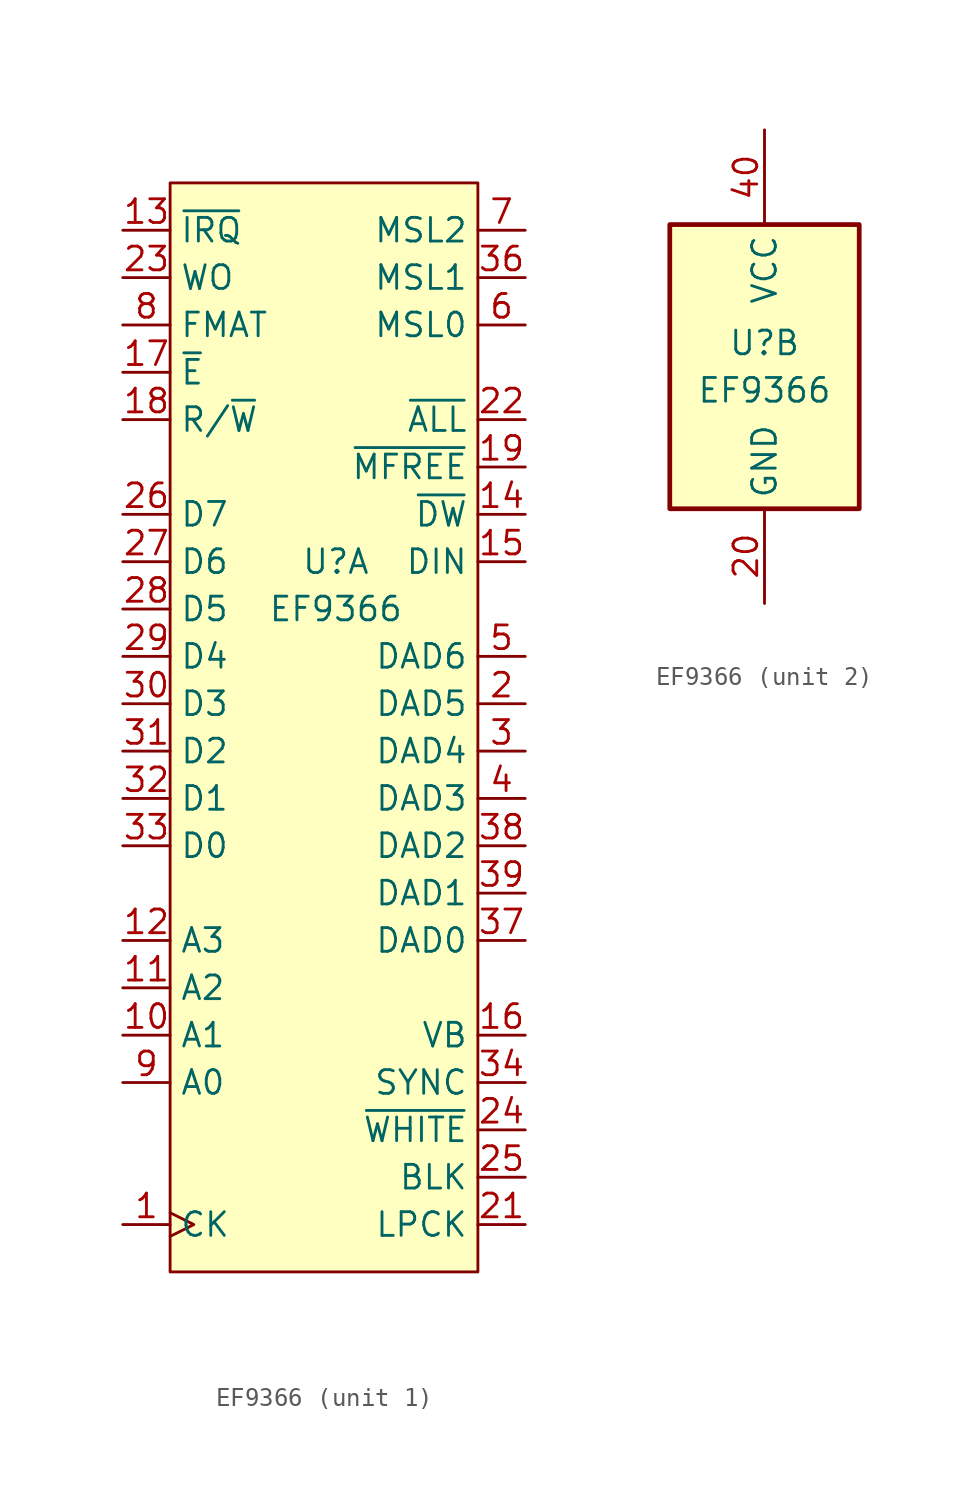
<source format=kicad_sym>
(kicad_symbol_lib
  (version 20220914)
  (generator kicad_symbol_editor)
  (symbol "EF9366"
    (property "Reference" "U"
      (at 0 1.27 0)
      (effects (font (size 1.27 1.27))))
    (property "Value" "EF9366"
      (at 0 -1.27 0)
      (effects (font (size 1.27 1.27))))
    (property "ki_locked" ""
      (at 0 0 0)
      (effects (font (size 1.27 1.27))))
    (symbol "EF9366_1_1"
      (rectangle (start -8.89 21.59) (end 7.62 -36.83) (stroke (width 0) (type default)) (fill (type background)))
      (pin input clock (at -11.43 -34.29 0) (length 2.54) (name "CK" (effects (font (size 1.27 1.27)))) (number "1" (effects (font (size 1.27 1.27)))))
      (pin input line (at -11.43 -24.13 0) (length 2.54) (name "A1" (effects (font (size 1.27 1.27)))) (number "10" (effects (font (size 1.27 1.27)))))
      (pin input line (at -11.43 -21.59 0) (length 2.54) (name "A2" (effects (font (size 1.27 1.27)))) (number "11" (effects (font (size 1.27 1.27)))))
      (pin input line (at -11.43 -19.05 0) (length 2.54) (name "A3" (effects (font (size 1.27 1.27)))) (number "12" (effects (font (size 1.27 1.27)))))
      (pin output line (at -11.43 19.05 0) (length 2.54) (name "~{IRQ}" (effects (font (size 1.27 1.27)))) (number "13" (effects (font (size 1.27 1.27)))))
      (pin output line (at 10.16 3.81 180) (length 2.54) (name "~{DW}" (effects (font (size 1.27 1.27)))) (number "14" (effects (font (size 1.27 1.27)))))
      (pin output line (at 10.16 1.27 180) (length 2.54) (name "DIN" (effects (font (size 1.27 1.27)))) (number "15" (effects (font (size 1.27 1.27)))))
      (pin output line (at 10.16 -24.13 180) (length 2.54) (name "VB" (effects (font (size 1.27 1.27)))) (number "16" (effects (font (size 1.27 1.27)))))
      (pin input line (at -11.43 11.43 0) (length 2.54) (name "~{E}" (effects (font (size 1.27 1.27)))) (number "17" (effects (font (size 1.27 1.27)))))
      (pin input line (at -11.43 8.89 0) (length 2.54) (name "R/~{W}" (effects (font (size 1.27 1.27)))) (number "18" (effects (font (size 1.27 1.27)))))
      (pin output line (at 10.16 6.35 180) (length 2.54) (name "~{MFREE}" (effects (font (size 1.27 1.27)))) (number "19" (effects (font (size 1.27 1.27)))))
      (pin output line (at 10.16 -6.35 180) (length 2.54) (name "DAD5" (effects (font (size 1.27 1.27)))) (number "2" (effects (font (size 1.27 1.27)))))
      (pin input line (at 10.16 -34.29 180) (length 2.54) (name "LPCK" (effects (font (size 1.27 1.27)))) (number "21" (effects (font (size 1.27 1.27)))))
      (pin output line (at 10.16 8.89 180) (length 2.54) (name "~{ALL}" (effects (font (size 1.27 1.27)))) (number "22" (effects (font (size 1.27 1.27)))))
      (pin input line (at -11.43 16.51 0) (length 2.54) (name "WO" (effects (font (size 1.27 1.27)))) (number "23" (effects (font (size 1.27 1.27)))))
      (pin output line (at 10.16 -29.21 180) (length 2.54) (name "~{WHITE}" (effects (font (size 1.27 1.27)))) (number "24" (effects (font (size 1.27 1.27)))))
      (pin output line (at 10.16 -31.75 180) (length 2.54) (name "BLK" (effects (font (size 1.27 1.27)))) (number "25" (effects (font (size 1.27 1.27)))))
      (pin bidirectional line (at -11.43 3.81 0) (length 2.54) (name "D7" (effects (font (size 1.27 1.27)))) (number "26" (effects (font (size 1.27 1.27)))))
      (pin bidirectional line (at -11.43 1.27 0) (length 2.54) (name "D6" (effects (font (size 1.27 1.27)))) (number "27" (effects (font (size 1.27 1.27)))))
      (pin bidirectional line (at -11.43 -1.27 0) (length 2.54) (name "D5" (effects (font (size 1.27 1.27)))) (number "28" (effects (font (size 1.27 1.27)))))
      (pin bidirectional line (at -11.43 -3.81 0) (length 2.54) (name "D4" (effects (font (size 1.27 1.27)))) (number "29" (effects (font (size 1.27 1.27)))))
      (pin output line (at 10.16 -8.89 180) (length 2.54) (name "DAD4" (effects (font (size 1.27 1.27)))) (number "3" (effects (font (size 1.27 1.27)))))
      (pin bidirectional line (at -11.43 -6.35 0) (length 2.54) (name "D3" (effects (font (size 1.27 1.27)))) (number "30" (effects (font (size 1.27 1.27)))))
      (pin bidirectional line (at -11.43 -8.89 0) (length 2.54) (name "D2" (effects (font (size 1.27 1.27)))) (number "31" (effects (font (size 1.27 1.27)))))
      (pin bidirectional line (at -11.43 -11.43 0) (length 2.54) (name "D1" (effects (font (size 1.27 1.27)))) (number "32" (effects (font (size 1.27 1.27)))))
      (pin bidirectional line (at -11.43 -13.97 0) (length 2.54) (name "D0" (effects (font (size 1.27 1.27)))) (number "33" (effects (font (size 1.27 1.27)))))
      (pin output line (at 10.16 -26.67 180) (length 2.54) (name "SYNC" (effects (font (size 1.27 1.27)))) (number "34" (effects (font (size 1.27 1.27)))))
      (pin output line (at 10.16 16.51 180) (length 2.54) (name "MSL1" (effects (font (size 1.27 1.27)))) (number "36" (effects (font (size 1.27 1.27)))))
      (pin output line (at 10.16 -19.05 180) (length 2.54) (name "DAD0" (effects (font (size 1.27 1.27)))) (number "37" (effects (font (size 1.27 1.27)))))
      (pin output line (at 10.16 -13.97 180) (length 2.54) (name "DAD2" (effects (font (size 1.27 1.27)))) (number "38" (effects (font (size 1.27 1.27)))))
      (pin output line (at 10.16 -16.51 180) (length 2.54) (name "DAD1" (effects (font (size 1.27 1.27)))) (number "39" (effects (font (size 1.27 1.27)))))
      (pin output line (at 10.16 -11.43 180) (length 2.54) (name "DAD3" (effects (font (size 1.27 1.27)))) (number "4" (effects (font (size 1.27 1.27)))))
      (pin output line (at 10.16 -3.81 180) (length 2.54) (name "DAD6" (effects (font (size 1.27 1.27)))) (number "5" (effects (font (size 1.27 1.27)))))
      (pin output line (at 10.16 13.97 180) (length 2.54) (name "MSL0" (effects (font (size 1.27 1.27)))) (number "6" (effects (font (size 1.27 1.27)))))
      (pin output line (at 10.16 19.05 180) (length 2.54) (name "MSL2" (effects (font (size 1.27 1.27)))) (number "7" (effects (font (size 1.27 1.27)))))
      (pin input line (at -11.43 13.97 0) (length 2.54) (name "FMAT" (effects (font (size 1.27 1.27)))) (number "8" (effects (font (size 1.27 1.27)))))
      (pin input line (at -11.43 -26.67 0) (length 2.54) (name "A0" (effects (font (size 1.27 1.27)))) (number "9" (effects (font (size 1.27 1.27))))))
    (symbol "EF9366_2_0"
      (pin power_in line (at 0 -12.7 90) (length 5.08) (name "GND" (effects (font (size 1.27 1.27)))) (number "20" (effects (font (size 1.27 1.27)))))
      (pin power_in line (at 0 12.7 270) (length 5.08) (name "VCC" (effects (font (size 1.27 1.27)))) (number "40" (effects (font (size 1.27 1.27))))))
    (symbol "EF9366_2_1"
      (rectangle (start -5.08 7.62) (end 5.08 -7.62) (stroke (width 0.254) (type default)) (fill (type background))))))
</source>
